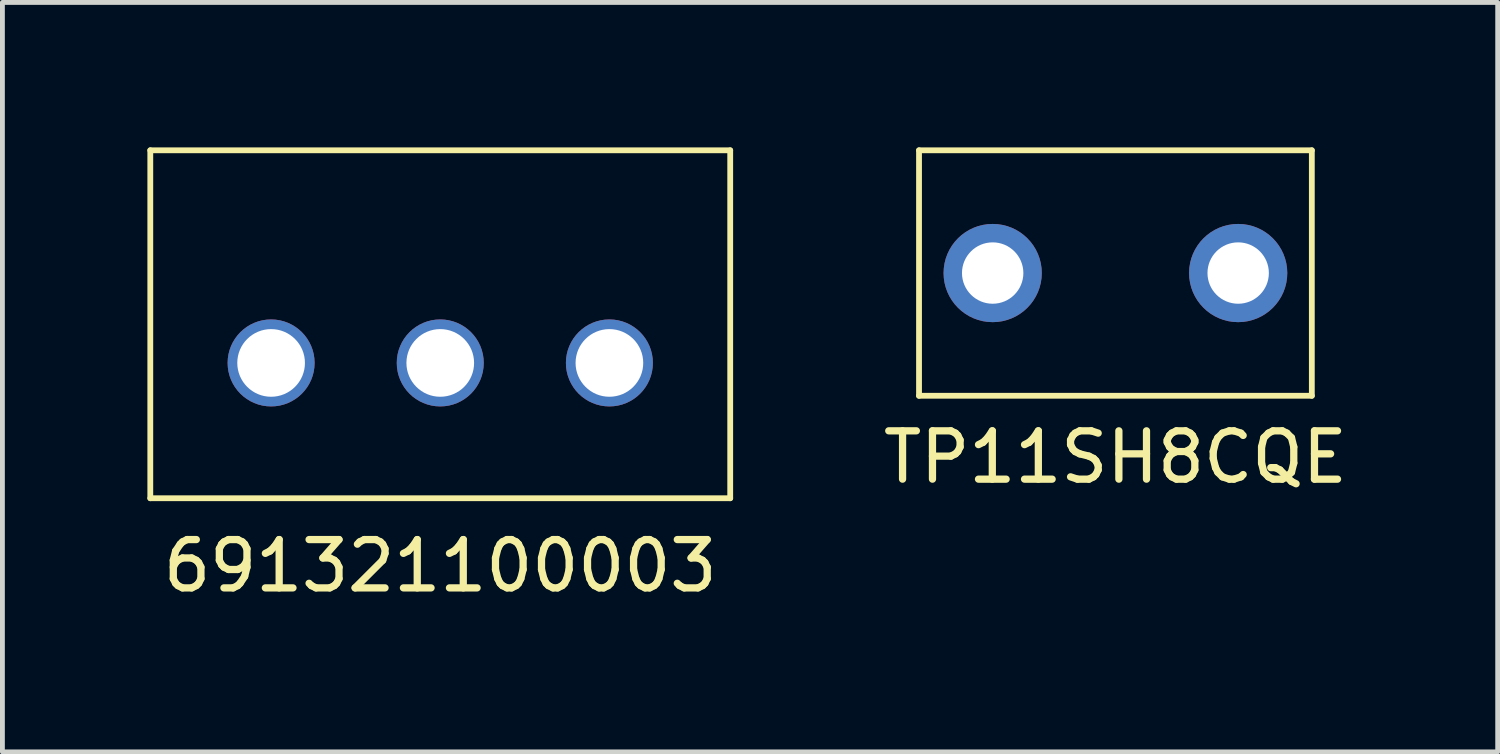
<source format=kicad_pcb>
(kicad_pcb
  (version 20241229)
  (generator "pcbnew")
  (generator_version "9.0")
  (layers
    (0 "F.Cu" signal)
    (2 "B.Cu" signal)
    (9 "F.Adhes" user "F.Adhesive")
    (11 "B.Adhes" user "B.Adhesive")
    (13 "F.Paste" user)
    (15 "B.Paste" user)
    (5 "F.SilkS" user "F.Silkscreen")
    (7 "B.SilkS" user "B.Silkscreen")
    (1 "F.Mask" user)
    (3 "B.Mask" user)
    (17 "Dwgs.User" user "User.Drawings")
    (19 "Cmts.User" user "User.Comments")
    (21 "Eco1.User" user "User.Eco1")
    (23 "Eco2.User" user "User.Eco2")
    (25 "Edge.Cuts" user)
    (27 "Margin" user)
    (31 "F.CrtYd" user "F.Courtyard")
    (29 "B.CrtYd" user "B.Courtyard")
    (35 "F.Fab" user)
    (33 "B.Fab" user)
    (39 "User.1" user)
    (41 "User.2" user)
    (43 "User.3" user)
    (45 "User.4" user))
  (footprint "TP11SH8CQE"
    (layer "F.Cu")
    (at 20.031 2.6)
    (property "Reference" "TP11SH8CQE" (at 0 3.81 0) (layer "F.SilkS") (effects (font (size 1 1) (thickness 0.15))))
    (attr through_hole)
    (fp_line (start -4.064 -2.54) (end -4.064 2.54) (stroke (width 0.12) (type solid)) (layer "F.SilkS"))
    (fp_line (start -4.064 2.54) (end 4.064 2.54) (stroke (width 0.12) (type solid)) (layer "F.SilkS"))
    (fp_line (start 4.064 -2.54) (end -4.064 -2.54) (stroke (width 0.12) (type solid)) (layer "F.SilkS"))
    (fp_line (start 4.064 -2.54) (end 4.064 2.54) (stroke (width 0.12) (type solid)) (layer "F.SilkS"))
    (pad "1" thru_hole circle (at -2.54 0) (size 2.032 2.032) (drill 1.27) (layers "*.Cu" "*.Mask"))
    (pad "2" thru_hole circle (at 2.54 0) (size 2.032 2.032) (drill 1.27) (layers "*.Cu" "*.Mask")))
  (footprint "691321100003"
    (layer "F.Cu")
    (at 6.06 3.66)
    (property "Reference" "691321100003" (at 0 5 0) (layer "F.SilkS") (effects (font (size 1 1) (thickness 0.15))))
    (attr through_hole)
    (fp_line (start -6 -3.6) (end 6 -3.6) (stroke (width 0.12) (type solid)) (layer "F.SilkS"))
    (fp_line (start -6 3.6) (end -6 -3.6) (stroke (width 0.12) (type solid)) (layer "F.SilkS"))
    (fp_line (start 6 -3.6) (end 6 3.6) (stroke (width 0.12) (type solid)) (layer "F.SilkS"))
    (fp_line (start 6 3.6) (end -6 3.6) (stroke (width 0.12) (type solid)) (layer "F.SilkS"))
    (pad "1" thru_hole circle (at -3.5 0.8) (size 1.8 1.8) (drill 1.4) (layers "*.Cu" "*.Mask"))
    (pad "2" thru_hole circle (at 0 0.8) (size 1.8 1.8) (drill 1.4) (layers "*.Cu" "*.Mask"))
    (pad "3" thru_hole circle (at 3.5 0.8) (size 1.8 1.8) (drill 1.4) (layers "*.Cu" "*.Mask")))
  (gr_rect
    (start -3 -3)
    (end 27.941 12.508)
    (stroke (width 0.1) (type default))
    (fill no)
    (layer "Edge.Cuts")))
</source>
